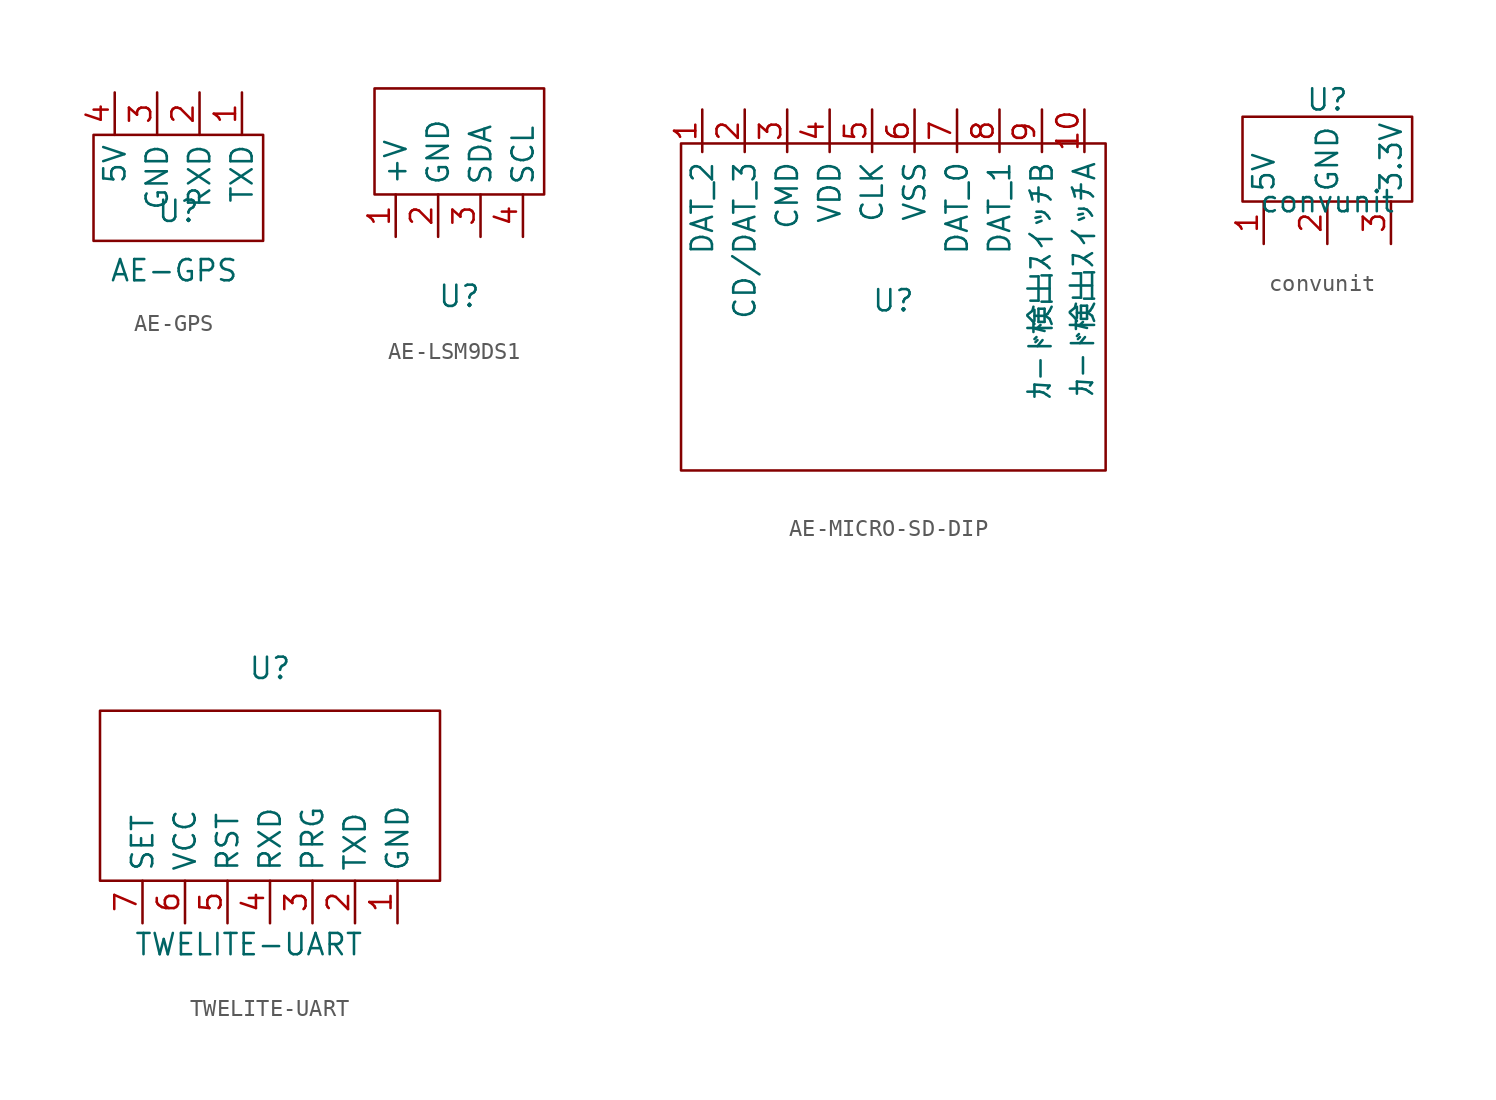
<source format=kicad_sym>
(kicad_symbol_lib
  (version 20231120)
  (generator "kicad_symbol_editor")
  (generator_version "8.0")
  (symbol "AE-GPS"
    (property "Reference" "U"
      (at 0 -2.032 0)
      (effects (font (size 1.27 1.27))))
    (property "Value" "AE-GPS"
      (at -0.254 -5.588 0)
      (effects (font (size 1.27 1.27))))
    (symbol "AE-GPS_0_1"
      (rectangle (start -5.08 2.54) (end 5.08 -3.81) (stroke (width 0) (type default)) (fill (type none))))
    (symbol "AE-GPS_1_1"
      (pin passive line (at 3.81 5.08 270) (length 2.54) (name "TXD" (effects (font (size 1.27 1.27)))) (number "1" (effects (font (size 1.27 1.27)))))
      (pin passive line (at 1.27 5.08 270) (length 2.54) (name "RXD" (effects (font (size 1.27 1.27)))) (number "2" (effects (font (size 1.27 1.27)))))
      (pin passive line (at -1.27 5.08 270) (length 2.54) (name "GND" (effects (font (size 1.27 1.27)))) (number "3" (effects (font (size 1.27 1.27)))))
      (pin passive line (at -3.81 5.08 270) (length 2.54) (name "5V" (effects (font (size 1.27 1.27)))) (number "4" (effects (font (size 1.27 1.27)))))))
  (symbol "AE-LSM9DS1"
    (property "Reference" "U"
      (at 0 -3.556 0)
      (effects (font (size 1.27 1.27))))
    (property "Value" ""
      (at 0 0 0)
      (effects (font (size 1.27 1.27))))
    (symbol "AE-LSM9DS1_0_1"
      (rectangle (start -5.08 8.89) (end 5.08 2.54) (stroke (width 0) (type default)) (fill (type none))))
    (symbol "AE-LSM9DS1_1_1"
      (pin passive line (at -3.81 0 90) (length 2.54) (name "+V" (effects (font (size 1.27 1.27)))) (number "1" (effects (font (size 1.27 1.27)))))
      (pin passive line (at -1.27 0 90) (length 2.54) (name "GND" (effects (font (size 1.27 1.27)))) (number "2" (effects (font (size 1.27 1.27)))))
      (pin passive line (at 1.27 0 90) (length 2.54) (name "SDA" (effects (font (size 1.27 1.27)))) (number "3" (effects (font (size 1.27 1.27)))))
      (pin passive line (at 3.81 0 90) (length 2.54) (name "SCL" (effects (font (size 1.27 1.27)))) (number "4" (effects (font (size 1.27 1.27)))))))
  (symbol "AE-MICRO-SD-DIP"
    (property "Reference" "U"
      (at 0 0 0)
      (effects (font (size 1.27 1.27))))
    (property "Value" ""
      (at -12.7 -10.16 0)
      (effects (font (size 1.27 1.27))))
    (property "ki_locked" ""
      (at 0 0 0)
      (effects (font (size 1.27 1.27))))
    (symbol "AE-MICRO-SD-DIP_1_1"
      (rectangle (start -12.7 9.4) (end 12.7 -10.16) (stroke (width 0) (type default)) (fill (type none)))
      (pin input line (at -11.43 11.43 270) (length 2.54) (name "DAT_2" (effects (font (size 1.27 1.27)))) (number "1" (effects (font (size 1.27 1.27)))))
      (pin input line (at 11.43 11.43 270) (length 2.54) (name "カード検出スイッチA" (effects (font (size 1.27 1.27)))) (number "10" (effects (font (size 1.27 1.27)))))
      (pin input line (at -8.89 11.43 270) (length 2.54) (name "CD/DAT_3" (effects (font (size 1.27 1.27)))) (number "2" (effects (font (size 1.27 1.27)))))
      (pin input line (at -6.35 11.43 270) (length 2.54) (name "CMD" (effects (font (size 1.27 1.27)))) (number "3" (effects (font (size 1.27 1.27)))))
      (pin input line (at -3.81 11.43 270) (length 2.54) (name "VDD" (effects (font (size 1.27 1.27)))) (number "4" (effects (font (size 1.27 1.27)))))
      (pin input line (at -1.27 11.43 270) (length 2.54) (name "CLK" (effects (font (size 1.27 1.27)))) (number "5" (effects (font (size 1.27 1.27)))))
      (pin input line (at 1.27 11.43 270) (length 2.54) (name "VSS" (effects (font (size 1.27 1.27)))) (number "6" (effects (font (size 1.27 1.27)))))
      (pin input line (at 3.81 11.43 270) (length 2.54) (name "DAT_0" (effects (font (size 1.27 1.27)))) (number "7" (effects (font (size 1.27 1.27)))))
      (pin input line (at 6.35 11.43 270) (length 2.54) (name "DAT_1" (effects (font (size 1.27 1.27)))) (number "8" (effects (font (size 1.27 1.27)))))
      (pin input line (at 8.89 11.43 270) (length 2.54) (name "カード検出スイッチB" (effects (font (size 1.27 1.27)))) (number "９" (effects (font (size 1.27 1.27)))))))
  (symbol "convunit"
    (property "Reference" "U"
      (at 0 6.096 0)
      (effects (font (size 1.27 1.27))))
    (property "Value" "convunit"
      (at 0 0 0)
      (effects (font (size 1.27 1.27))))
    (symbol "convunit_0_1"
      (rectangle (start -5.08 5.08) (end 5.08 0) (stroke (width 0) (type default)) (fill (type none))))
    (symbol "convunit_1_1"
      (pin passive line (at -3.81 -2.54 90) (length 2.54) (name "5V" (effects (font (size 1.27 1.27)))) (number "1" (effects (font (size 1.27 1.27)))))
      (pin passive line (at 0 -2.54 90) (length 2.54) (name "GND" (effects (font (size 1.27 1.27)))) (number "2" (effects (font (size 1.27 1.27)))))
      (pin passive line (at 3.81 -2.54 90) (length 2.54) (name "3.3V" (effects (font (size 1.27 1.27)))) (number "3" (effects (font (size 1.27 1.27)))))))
  (symbol "TWELITE-UART"
    (property "Reference" "U"
      (at 0 12.7 0)
      (effects (font (size 1.27 1.27))))
    (property "Value" "TWELITE-UART"
      (at -1.27 -3.81 0)
      (effects (font (size 1.27 1.27))))
    (symbol "TWELITE-UART_0_1"
      (rectangle (start -10.16 10.16) (end 10.16 0) (stroke (width 0) (type default)) (fill (type none))))
    (symbol "TWELITE-UART_1_1"
      (pin passive line (at 7.62 -2.54 90) (length 2.54) (name "GND" (effects (font (size 1.27 1.27)))) (number "1" (effects (font (size 1.27 1.27)))))
      (pin passive line (at 5.08 -2.54 90) (length 2.54) (name "TXD" (effects (font (size 1.27 1.27)))) (number "2" (effects (font (size 1.27 1.27)))))
      (pin passive line (at 2.54 -2.54 90) (length 2.54) (name "PRG" (effects (font (size 1.27 1.27)))) (number "3" (effects (font (size 1.27 1.27)))))
      (pin passive line (at 0 -2.54 90) (length 2.54) (name "RXD" (effects (font (size 1.27 1.27)))) (number "4" (effects (font (size 1.27 1.27)))))
      (pin passive line (at -2.54 -2.54 90) (length 2.54) (name "RST" (effects (font (size 1.27 1.27)))) (number "5" (effects (font (size 1.27 1.27)))))
      (pin passive line (at -5.08 -2.54 90) (length 2.54) (name "VCC" (effects (font (size 1.27 1.27)))) (number "6" (effects (font (size 1.27 1.27)))))
      (pin passive line (at -7.62 -2.54 90) (length 2.54) (name "SET" (effects (font (size 1.27 1.27)))) (number "7" (effects (font (size 1.27 1.27))))))))
</source>
